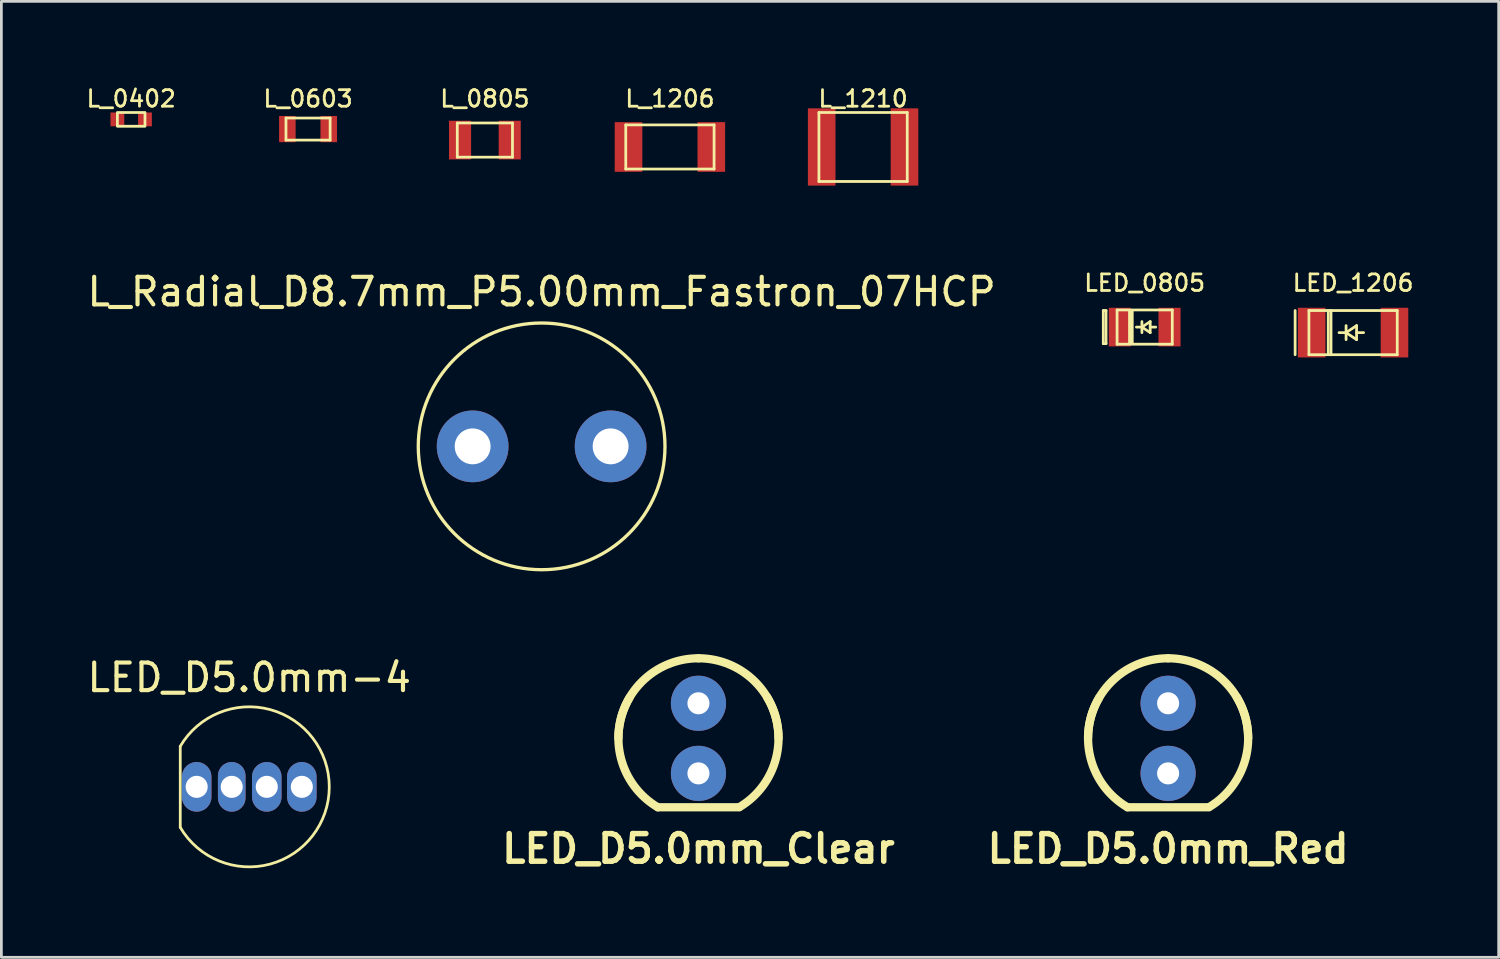
<source format=kicad_pcb>
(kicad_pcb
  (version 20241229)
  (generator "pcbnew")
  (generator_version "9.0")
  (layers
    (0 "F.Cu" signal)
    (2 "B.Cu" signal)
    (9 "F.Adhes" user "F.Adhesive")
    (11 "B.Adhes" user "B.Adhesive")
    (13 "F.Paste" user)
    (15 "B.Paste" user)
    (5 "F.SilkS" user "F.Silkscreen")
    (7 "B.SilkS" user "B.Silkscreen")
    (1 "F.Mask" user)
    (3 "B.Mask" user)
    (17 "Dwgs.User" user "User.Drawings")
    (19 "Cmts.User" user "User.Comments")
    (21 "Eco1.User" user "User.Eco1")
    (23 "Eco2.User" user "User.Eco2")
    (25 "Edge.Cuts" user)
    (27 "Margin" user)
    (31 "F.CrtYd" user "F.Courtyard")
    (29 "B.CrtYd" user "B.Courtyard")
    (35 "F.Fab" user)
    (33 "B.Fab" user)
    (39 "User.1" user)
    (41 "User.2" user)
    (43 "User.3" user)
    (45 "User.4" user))
  (footprint "LED_0805"
    (layer "F.Cu")
    (at 38.43 8.803)
    (property "Reference" "LED_0805" (at 0 -1.6 0) (layer "F.SilkS") (effects (font (size 0.6 0.6) (thickness 0.1))))
    (attr smd)
    (fp_line (start -1.5 -0.6) (end -1.5 0.6) (stroke (width 0.1) (type solid)) (layer "F.SilkS"))
    (fp_line (start -1.5 0.6) (end -1.4 0.6) (stroke (width 0.1) (type default)) (layer "F.SilkS"))
    (fp_line (start -1.4 -0.6) (end -1.5 -0.6) (stroke (width 0.1) (type default)) (layer "F.SilkS"))
    (fp_line (start -1.4 -0.6) (end -1.4 0.6) (stroke (width 0.1) (type solid)) (layer "F.SilkS"))
    (fp_line (start -1 -0.62) (end 1 -0.62) (stroke (width 0.1) (type solid)) (layer "F.SilkS"))
    (fp_line (start -1 0.62) (end -1 -0.62) (stroke (width 0.1) (type solid)) (layer "F.SilkS"))
    (fp_line (start -0.55 -0.6) (end -0.55 0.6) (stroke (width 0.1) (type solid)) (layer "F.SilkS"))
    (fp_line (start -0.5 0.6) (end -0.5 -0.6) (stroke (width 0.1) (type solid)) (layer "F.SilkS"))
    (fp_line (start -0.45 -0.6) (end -0.45 0.6) (stroke (width 0.1) (type solid)) (layer "F.SilkS"))
    (fp_line (start -0.1 -0.2) (end -0.1 0.2) (stroke (width 0.1) (type solid)) (layer "F.SilkS"))
    (fp_line (start -0.1 0) (end -0.3 0) (stroke (width 0.1) (type solid)) (layer "F.SilkS"))
    (fp_line (start -0.1 0) (end 0.2 0.2) (stroke (width 0.1) (type solid)) (layer "F.SilkS"))
    (fp_line (start 0.2 -0.2) (end -0.1 0) (stroke (width 0.1) (type solid)) (layer "F.SilkS"))
    (fp_line (start 0.2 0) (end 0.4 0) (stroke (width 0.1) (type solid)) (layer "F.SilkS"))
    (fp_line (start 0.2 0.2) (end 0.2 -0.2) (stroke (width 0.1) (type solid)) (layer "F.SilkS"))
    (fp_line (start 1 -0.62) (end 1 0.62) (stroke (width 0.1) (type solid)) (layer "F.SilkS"))
    (fp_line (start 1 0.62) (end -1 0.62) (stroke (width 0.1) (type solid)) (layer "F.SilkS"))
    (pad "1" smd rect (at -0.9 0) (size 0.8 1.4) (layers "F.Cu" "F.Mask" "F.Paste"))
    (pad "2" smd rect (at 0.9 0) (size 0.8 1.4) (layers "F.Cu" "F.Mask" "F.Paste")))
  (footprint "LED_D5.0mm_Clear"
    (layer "F.Cu")
    (at 22.26 23.705)
    (property "Reference" "LED_D5.0mm_Clear" (at 0 4 0) (layer "F.SilkS") (effects (font (size 1 1) (thickness 0.2))))
    (attr through_hole)
    (fp_line (start -1.471 2.499) (end 1.471 2.499) (stroke (width 0.3) (type solid)) (layer "F.SilkS"))
    (fp_arc (start -2.90068 0) (mid -2.05109 -2.05109) (end 0 -2.90068) (stroke (width 0.29972) (type solid)) (layer "F.SilkS"))
    (fp_arc (start -1.47066 2.49936) (mid -2.807228 0.727401) (end -2.49936 -1.47066) (stroke (width 0.29972) (type solid)) (layer "F.SilkS"))
    (fp_arc (start 0 -2.90068) (mid 2.05109 -2.05109) (end 2.90068 0) (stroke (width 0.29972) (type solid)) (layer "F.SilkS"))
    (fp_arc (start 2.4892 -1.49098) (mid 2.814412 0.705848) (end 1.49098 2.4892) (stroke (width 0.29972) (type solid)) (layer "F.SilkS"))
    (pad "1" thru_hole circle (at 0 1.27) (size 1.999 1.999) (drill 0.8) (layers "*.Cu" "*.Mask"))
    (pad "2" thru_hole circle (at 0 -1.27) (size 1.999 1.999) (drill 0.8) (layers "*.Cu" "*.Mask")))
  (footprint "L_0402"
    (layer "F.Cu")
    (at 1.704 1.276)
    (property "Reference" "L_0402" (at 0 -0.75 0) (layer "F.SilkS") (effects (font (size 0.6 0.6) (thickness 0.1))))
    (attr smd)
    (fp_rect (start -0.5 -0.25) (end 0.5 0.25) (stroke (width 0.1) (type solid)) (fill no) (layer "F.SilkS"))
    (pad "1" smd rect (at -0.5 0) (size 0.5 0.5) (layers "F.Cu" "F.Mask" "F.Paste"))
    (pad "2" smd rect (at 0.5 0) (size 0.5 0.5) (layers "F.Cu" "F.Mask" "F.Paste")))
  (footprint "L_0805"
    (layer "F.Cu")
    (at 14.521 2.026)
    (property "Reference" "L_0805" (at 0 -1.5 0) (layer "F.SilkS") (effects (font (size 0.6 0.6) (thickness 0.1))))
    (attr smd)
    (fp_line (start -1 -0.62) (end 1 -0.62) (stroke (width 0.1) (type solid)) (layer "F.SilkS"))
    (fp_line (start -1 0.62) (end -1 -0.62) (stroke (width 0.1) (type solid)) (layer "F.SilkS"))
    (fp_line (start 1 -0.62) (end 1 0.62) (stroke (width 0.1) (type solid)) (layer "F.SilkS"))
    (fp_line (start 1 0.62) (end -1 0.62) (stroke (width 0.1) (type solid)) (layer "F.SilkS"))
    (pad "1" smd rect (at -0.9 0) (size 0.8 1.4) (layers "F.Cu" "F.Mask" "F.Paste"))
    (pad "2" smd rect (at 0.9 0) (size 0.8 1.4) (layers "F.Cu" "F.Mask" "F.Paste")))
  (footprint "L_1210"
    (layer "F.Cu")
    (at 28.226 2.276)
    (property "Reference" "L_1210" (at 0 -1.75 0) (layer "F.SilkS") (effects (font (size 0.6 0.6) (thickness 0.1))))
    (attr smd)
    (fp_line (start -1.6 -1.25) (end -1.6 1.25) (stroke (width 0.1) (type solid)) (layer "F.SilkS"))
    (fp_line (start -1.6 1.25) (end 1.6 1.25) (stroke (width 0.1) (type solid)) (layer "F.SilkS"))
    (fp_line (start 1.6 -1.25) (end -1.6 -1.25) (stroke (width 0.1) (type solid)) (layer "F.SilkS"))
    (fp_line (start 1.6 1.25) (end 1.6 -1.25) (stroke (width 0.1) (type solid)) (layer "F.SilkS"))
    (pad "1" smd rect (at -1.5 0) (size 1 2.8) (layers "F.Cu" "F.Mask" "F.Paste"))
    (pad "2" smd rect (at 1.5 0) (size 1 2.8) (layers "F.Cu" "F.Mask" "F.Paste")))
  (footprint "LED_D5.0mm_Red"
    (layer "F.Cu")
    (at 39.279 23.705)
    (property "Reference" "LED_D5.0mm_Red" (at 0 4 0) (layer "F.SilkS") (effects (font (size 1 1) (thickness 0.2))))
    (attr through_hole)
    (fp_line (start -1.471 2.499) (end 1.471 2.499) (stroke (width 0.3) (type solid)) (layer "F.SilkS"))
    (fp_arc (start -2.90068 0) (mid -2.05109 -2.05109) (end 0 -2.90068) (stroke (width 0.29972) (type solid)) (layer "F.SilkS"))
    (fp_arc (start -1.47066 2.49936) (mid -2.807228 0.727401) (end -2.49936 -1.47066) (stroke (width 0.29972) (type solid)) (layer "F.SilkS"))
    (fp_arc (start 0 -2.90068) (mid 2.05109 -2.05109) (end 2.90068 0) (stroke (width 0.29972) (type solid)) (layer "F.SilkS"))
    (fp_arc (start 2.4892 -1.49098) (mid 2.814412 0.705848) (end 1.49098 2.4892) (stroke (width 0.29972) (type solid)) (layer "F.SilkS"))
    (pad "1" thru_hole circle (at 0 1.27) (size 1.999 1.999) (drill 0.8) (layers "*.Cu" "*.Mask"))
    (pad "2" thru_hole circle (at 0 -1.27) (size 1.999 1.999) (drill 0.8) (layers "*.Cu" "*.Mask")))
  (footprint "LED_D5.0mm-4"
    (layer "F.Cu")
    (at 5.977 25.463)
    (property "Reference" "LED_D5.0mm-4" (at 0.005 -3.96 0) (layer "F.SilkS") (effects (font (size 1 1) (thickness 0.15))))
    (attr through_hole)
    (fp_line (start -2.495 -1.47) (end -2.495 1.47) (stroke (width 0.1) (type solid)) (layer "F.SilkS"))
    (fp_arc (start -2.495 -1.469694) (mid 2.905 0.000016) (end -2.495016 1.469666) (stroke (width 0.1) (type solid)) (layer "F.SilkS"))
    (pad "1" thru_hole oval (at 1.91 0) (size 1.07 1.8) (drill 0.8) (layers "*.Cu" "*.Mask"))
    (pad "2" thru_hole oval (at 0.64 0) (size 1.07 1.8) (drill 0.8) (layers "*.Cu" "*.Mask"))
    (pad "3" thru_hole oval (at -0.63 0) (size 1 1.8) (drill 0.8) (layers "*.Cu" "*.Mask"))
    (pad "4" thru_hole oval (at -1.9 0) (size 1.07 1.8) (drill 0.8) (layers "*.Cu" "*.Mask")))
  (footprint "L_Radial_D8.7mm_P5.00mm_Fastron_07HCP"
    (layer "F.Cu")
    (at 14.077 13.125)
    (property "Reference" "L_Radial_D8.7mm_P5.00mm_Fastron_07HCP" (at 2.5 -5.6 0) (layer "F.SilkS") (effects (font (size 1 1) (thickness 0.15))))
    (attr through_hole)
    (fp_circle (center 2.5 0) (end 6.97 0) (stroke (width 0.12) (type solid)) (fill no) (layer "F.SilkS"))
    (pad "1" thru_hole circle (at 0 0) (size 2.6 2.6) (drill 1.3) (layers "*.Cu" "*.Mask"))
    (pad "2" thru_hole circle (at 5 0) (size 2.6 2.6) (drill 1.3) (layers "*.Cu" "*.Mask")))
  (footprint "LED_1206"
    (layer "F.Cu")
    (at 45.982 9.003)
    (property "Reference" "LED_1206" (at 0 -1.8 0) (layer "F.SilkS") (effects (font (size 0.6 0.6) (thickness 0.1))))
    (attr smd)
    (fp_line (start -2.1 -0.8) (end -2.1 0.8) (stroke (width 0.1) (type solid)) (layer "F.SilkS"))
    (fp_line (start -1.6 -0.8) (end 1.6 -0.8) (stroke (width 0.1) (type solid)) (layer "F.SilkS"))
    (fp_line (start -1.6 0.8) (end -1.6 -0.8) (stroke (width 0.1) (type solid)) (layer "F.SilkS"))
    (fp_line (start -0.9 -0.8) (end -0.9 0.8) (stroke (width 0.1) (type solid)) (layer "F.SilkS"))
    (fp_line (start -0.8 0.8) (end -0.8 -0.8) (stroke (width 0.1) (type solid)) (layer "F.SilkS"))
    (fp_line (start -0.254 -0.254) (end -0.254 0.254) (stroke (width 0.1) (type solid)) (layer "F.SilkS"))
    (fp_line (start -0.254 0) (end -0.508 0) (stroke (width 0.1) (type solid)) (layer "F.SilkS"))
    (fp_line (start -0.254 0) (end 0.127 -0.254) (stroke (width 0.1) (type solid)) (layer "F.SilkS"))
    (fp_line (start 0.127 -0.254) (end 0.127 0.254) (stroke (width 0.1) (type solid)) (layer "F.SilkS"))
    (fp_line (start 0.127 0) (end 0.381 0) (stroke (width 0.1) (type solid)) (layer "F.SilkS"))
    (fp_line (start 0.127 0.254) (end -0.254 0) (stroke (width 0.1) (type solid)) (layer "F.SilkS"))
    (fp_line (start 1.6 -0.8) (end 1.6 0.8) (stroke (width 0.1) (type solid)) (layer "F.SilkS"))
    (fp_line (start 1.6 0.8) (end -1.6 0.8) (stroke (width 0.1) (type solid)) (layer "F.SilkS"))
    (pad "1" smd rect (at -1.5 0) (size 1 1.8) (layers "F.Cu" "F.Mask" "F.Paste"))
    (pad "2" smd rect (at 1.5 0) (size 1 1.8) (layers "F.Cu" "F.Mask" "F.Paste")))
  (footprint "L_0603"
    (layer "F.Cu")
    (at 8.113 1.627)
    (property "Reference" "L_0603" (at 0 -1.1 0) (layer "F.SilkS") (effects (font (size 0.6 0.6) (thickness 0.1))))
    (attr smd)
    (fp_line (start -0.8 -0.4) (end -0.8 0.4) (stroke (width 0.1) (type solid)) (layer "F.SilkS"))
    (fp_line (start -0.8 0.4) (end 0.8 0.4) (stroke (width 0.1) (type solid)) (layer "F.SilkS"))
    (fp_line (start 0.8 -0.4) (end -0.8 -0.4) (stroke (width 0.1) (type solid)) (layer "F.SilkS"))
    (fp_line (start 0.8 0.4) (end 0.8 -0.4) (stroke (width 0.1) (type solid)) (layer "F.SilkS"))
    (pad "1" smd rect (at -0.75 0) (size 0.6 0.95) (layers "F.Cu" "F.Mask" "F.Paste"))
    (pad "2" smd rect (at 0.75 0) (size 0.6 0.95) (layers "F.Cu" "F.Mask" "F.Paste")))
  (footprint "L_1206"
    (layer "F.Cu")
    (at 21.226 2.276)
    (property "Reference" "L_1206" (at 0 -1.75 0) (layer "F.SilkS") (effects (font (size 0.6 0.6) (thickness 0.1))))
    (attr smd)
    (fp_line (start -1.6 -0.8) (end -1.6 0.8) (stroke (width 0.1) (type solid)) (layer "F.SilkS"))
    (fp_line (start -1.6 0.8) (end 1.6 0.8) (stroke (width 0.1) (type solid)) (layer "F.SilkS"))
    (fp_line (start 1.6 -0.8) (end -1.6 -0.8) (stroke (width 0.1) (type solid)) (layer "F.SilkS"))
    (fp_line (start 1.6 0.8) (end 1.6 -0.8) (stroke (width 0.1) (type solid)) (layer "F.SilkS"))
    (pad "1" smd rect (at -1.5 0) (size 1 1.8) (layers "F.Cu" "F.Mask" "F.Paste"))
    (pad "2" smd rect (at 1.5 0) (size 1 1.8) (layers "F.Cu" "F.Mask" "F.Paste")))
  (gr_rect
    (start -3 -3)
    (end 51.258 31.641)
    (stroke (width 0.1) (type default))
    (fill no)
    (layer "Edge.Cuts")))
</source>
